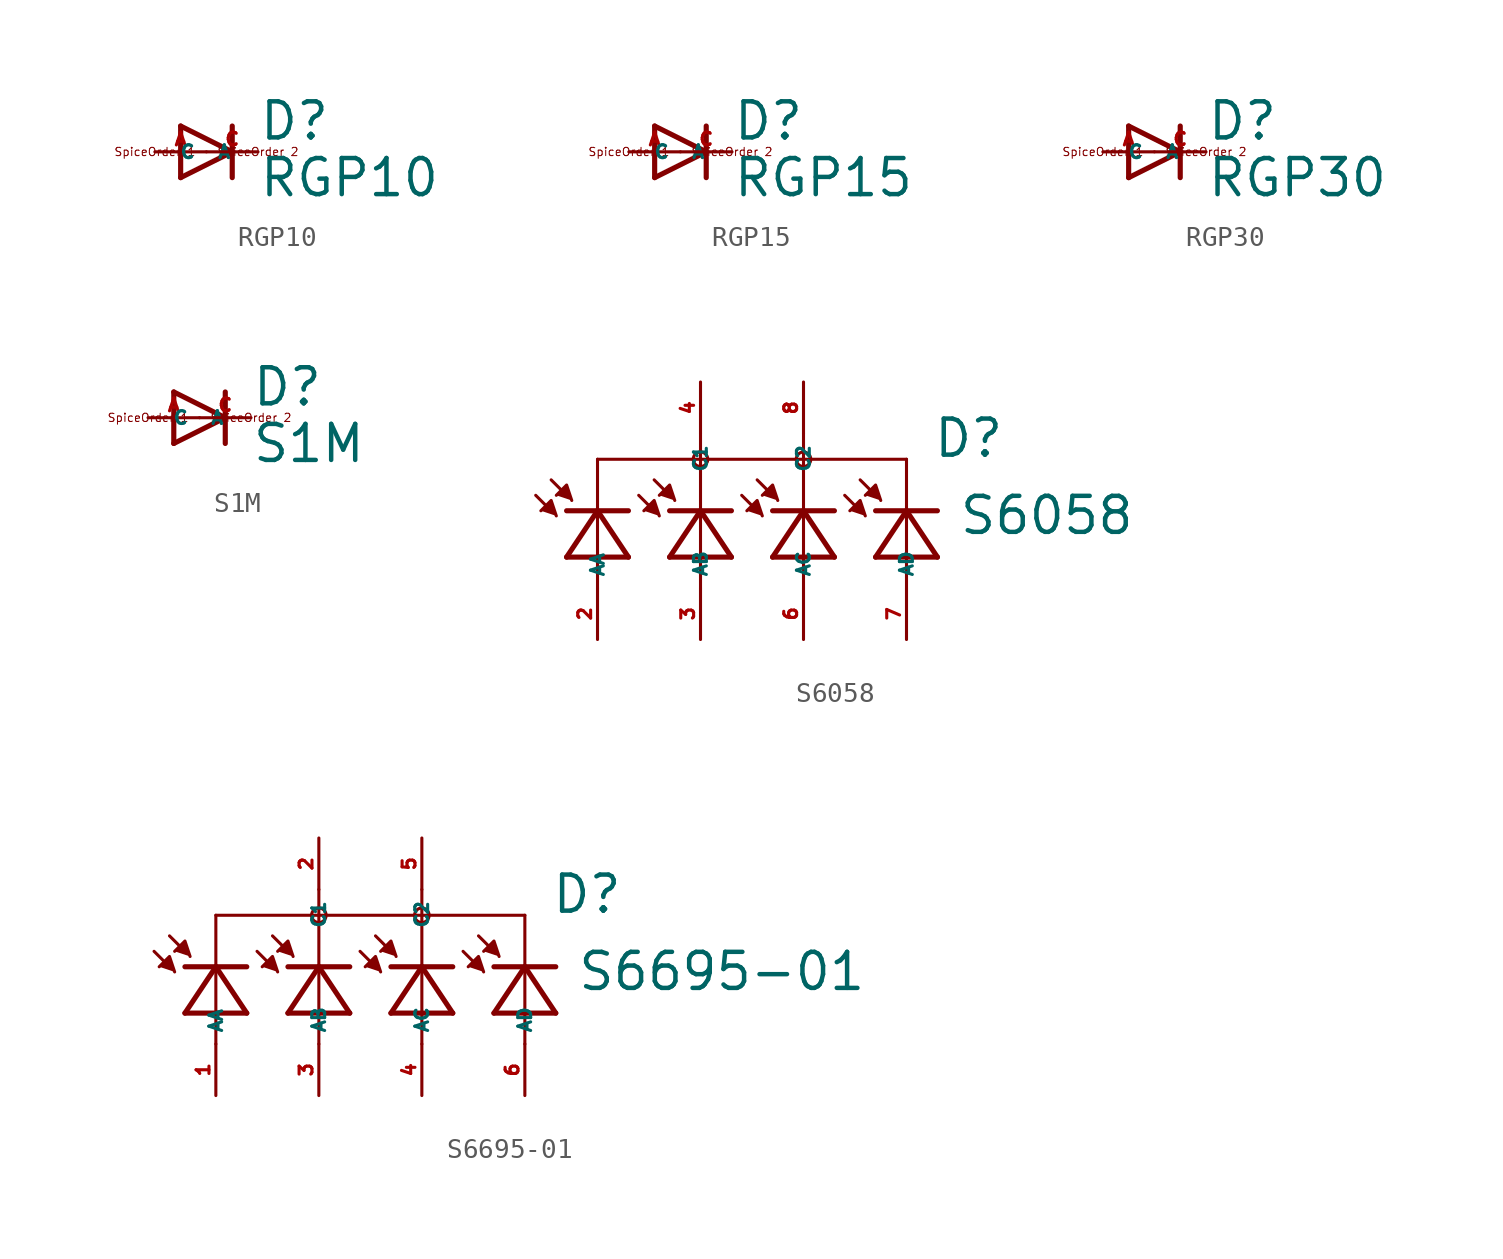
<source format=kicad_sym>
(kicad_symbol_lib
  (version 20220914)
  (generator Eagle2Kicad)
  (symbol "RGP10"
    (property "Reference" "D"
      (at 2.54 0.483 0)
      (effects (font (size 1.778 1.778) (thickness 0.22)) (justify left bottom)))
    (property "Value" "RGP10"
      (at 2.54 -2.311 0)
      (effects (font (size 1.778 1.778) (thickness 0.22)) (justify left bottom)))
    (polyline
      (pts (xy -1.27 -1.27) (xy 1.27 0))
      (stroke (width 0.254) (type default))
      (fill (type none)))
    (polyline
      (pts (xy 1.27 0) (xy -1.27 1.27))
      (stroke (width 0.254) (type default))
      (fill (type none)))
    (polyline
      (pts (xy 1.27 1.27) (xy 1.27 0))
      (stroke (width 0.254) (type default))
      (fill (type none)))
    (polyline
      (pts (xy -1.27 1.27) (xy -1.27 -1.27))
      (stroke (width 0.254) (type default))
      (fill (type none)))
    (polyline
      (pts (xy 1.27 0) (xy 1.27 -1.27))
      (stroke (width 0.254) (type default))
      (fill (type none)))
    (text "SpiceOrder 1"
      (at -2.54 0 0)
      (effects (font (size 0.406 0.406) (thickness 0.05))))
    (text "SpiceOrder 2"
      (at 2.54 0 0)
      (effects (font (size 0.406 0.406) (thickness 0.05))))
    (pin passive line
      (at -2.54 0 0)
      (length 2.54)
      (name "A" (effects (font (size 0.635 0.635) (thickness 0.08)) (justify left bottom)))
      (number "A" (effects (font (size 0.635 0.635) (thickness 0.08)) (justify left bottom))))
    (pin passive line
      (at 2.54 0 180)
      (length 2.54)
      (name "C" (effects (font (size 0.635 0.635) (thickness 0.08)) (justify left bottom)))
      (number "C" (effects (font (size 0.635 0.635) (thickness 0.08)) (justify left bottom)))))
  (symbol "RGP15"
    (property "Reference" "D"
      (at 2.54 0.483 0)
      (effects (font (size 1.778 1.778) (thickness 0.22)) (justify left bottom)))
    (property "Value" "RGP15"
      (at 2.54 -2.311 0)
      (effects (font (size 1.778 1.778) (thickness 0.22)) (justify left bottom)))
    (polyline
      (pts (xy -1.27 -1.27) (xy 1.27 0))
      (stroke (width 0.254) (type default))
      (fill (type none)))
    (polyline
      (pts (xy 1.27 0) (xy -1.27 1.27))
      (stroke (width 0.254) (type default))
      (fill (type none)))
    (polyline
      (pts (xy 1.27 1.27) (xy 1.27 0))
      (stroke (width 0.254) (type default))
      (fill (type none)))
    (polyline
      (pts (xy -1.27 1.27) (xy -1.27 -1.27))
      (stroke (width 0.254) (type default))
      (fill (type none)))
    (polyline
      (pts (xy 1.27 0) (xy 1.27 -1.27))
      (stroke (width 0.254) (type default))
      (fill (type none)))
    (text "SpiceOrder 1"
      (at -2.54 0 0)
      (effects (font (size 0.406 0.406) (thickness 0.05))))
    (text "SpiceOrder 2"
      (at 2.54 0 0)
      (effects (font (size 0.406 0.406) (thickness 0.05))))
    (pin passive line
      (at -2.54 0 0)
      (length 2.54)
      (name "A" (effects (font (size 0.635 0.635) (thickness 0.08)) (justify left bottom)))
      (number "A" (effects (font (size 0.635 0.635) (thickness 0.08)) (justify left bottom))))
    (pin passive line
      (at 2.54 0 180)
      (length 2.54)
      (name "C" (effects (font (size 0.635 0.635) (thickness 0.08)) (justify left bottom)))
      (number "C" (effects (font (size 0.635 0.635) (thickness 0.08)) (justify left bottom)))))
  (symbol "RGP30"
    (property "Reference" "D"
      (at 2.54 0.483 0)
      (effects (font (size 1.778 1.778) (thickness 0.22)) (justify left bottom)))
    (property "Value" "RGP30"
      (at 2.54 -2.311 0)
      (effects (font (size 1.778 1.778) (thickness 0.22)) (justify left bottom)))
    (polyline
      (pts (xy -1.27 -1.27) (xy 1.27 0))
      (stroke (width 0.254) (type default))
      (fill (type none)))
    (polyline
      (pts (xy 1.27 0) (xy -1.27 1.27))
      (stroke (width 0.254) (type default))
      (fill (type none)))
    (polyline
      (pts (xy 1.27 1.27) (xy 1.27 0))
      (stroke (width 0.254) (type default))
      (fill (type none)))
    (polyline
      (pts (xy -1.27 1.27) (xy -1.27 -1.27))
      (stroke (width 0.254) (type default))
      (fill (type none)))
    (polyline
      (pts (xy 1.27 0) (xy 1.27 -1.27))
      (stroke (width 0.254) (type default))
      (fill (type none)))
    (text "SpiceOrder 1"
      (at -2.54 0 0)
      (effects (font (size 0.406 0.406) (thickness 0.05))))
    (text "SpiceOrder 2"
      (at 2.54 0 0)
      (effects (font (size 0.406 0.406) (thickness 0.05))))
    (pin passive line
      (at -2.54 0 0)
      (length 2.54)
      (name "A" (effects (font (size 0.635 0.635) (thickness 0.08)) (justify left bottom)))
      (number "A" (effects (font (size 0.635 0.635) (thickness 0.08)) (justify left bottom))))
    (pin passive line
      (at 2.54 0 180)
      (length 2.54)
      (name "C" (effects (font (size 0.635 0.635) (thickness 0.08)) (justify left bottom)))
      (number "C" (effects (font (size 0.635 0.635) (thickness 0.08)) (justify left bottom)))))
  (symbol "S1M"
    (property "Reference" "D"
      (at 2.54 0.483 0)
      (effects (font (size 1.778 1.778) (thickness 0.22)) (justify left bottom)))
    (property "Value" "S1M"
      (at 2.54 -2.311 0)
      (effects (font (size 1.778 1.778) (thickness 0.22)) (justify left bottom)))
    (polyline
      (pts (xy -1.27 -1.27) (xy 1.27 0))
      (stroke (width 0.254) (type default))
      (fill (type none)))
    (polyline
      (pts (xy 1.27 0) (xy -1.27 1.27))
      (stroke (width 0.254) (type default))
      (fill (type none)))
    (polyline
      (pts (xy 1.27 1.27) (xy 1.27 0))
      (stroke (width 0.254) (type default))
      (fill (type none)))
    (polyline
      (pts (xy -1.27 1.27) (xy -1.27 -1.27))
      (stroke (width 0.254) (type default))
      (fill (type none)))
    (polyline
      (pts (xy 1.27 0) (xy 1.27 -1.27))
      (stroke (width 0.254) (type default))
      (fill (type none)))
    (text "SpiceOrder 1"
      (at -2.54 0 0)
      (effects (font (size 0.406 0.406) (thickness 0.05))))
    (text "SpiceOrder 2"
      (at 2.54 0 0)
      (effects (font (size 0.406 0.406) (thickness 0.05))))
    (pin passive line
      (at -2.54 0 0)
      (length 2.54)
      (name "A" (effects (font (size 0.635 0.635) (thickness 0.08)) (justify left bottom)))
      (number "A" (effects (font (size 0.635 0.635) (thickness 0.08)) (justify left bottom))))
    (pin passive line
      (at 2.54 0 180)
      (length 2.54)
      (name "C" (effects (font (size 0.635 0.635) (thickness 0.08)) (justify left bottom)))
      (number "C" (effects (font (size 0.635 0.635) (thickness 0.08)) (justify left bottom)))))
  (symbol "S6058"
    (property "Reference" "D"
      (at 8.89 1.27 0)
      (effects (font (size 1.778 1.778) (thickness 0.22)) (justify left bottom)))
    (property "Value" "S6058"
      (at 10.16 -2.54 0)
      (effects (font (size 1.778 1.778) (thickness 0.22)) (justify left bottom)))
    (polyline
      (pts (xy -10.414 -1.27) (xy -9.906 -0.762) (xy -9.652 -1.524))
      (stroke (width 0.152) (type default))
      (fill (type outline)))
    (polyline
      (pts (xy -9.652 -0.508) (xy -9.144 0) (xy -8.89 -0.762))
      (stroke (width 0.152) (type default))
      (fill (type outline)))
    (polyline
      (pts (xy -5.334 -1.27) (xy -4.826 -0.762) (xy -4.572 -1.524))
      (stroke (width 0.152) (type default))
      (fill (type outline)))
    (polyline
      (pts (xy -4.572 -0.508) (xy -4.064 0) (xy -3.81 -0.762))
      (stroke (width 0.152) (type default))
      (fill (type outline)))
    (polyline
      (pts (xy -0.254 -1.27) (xy 0.254 -0.762) (xy 0.508 -1.524))
      (stroke (width 0.152) (type default))
      (fill (type outline)))
    (polyline
      (pts (xy 0.508 -0.508) (xy 1.016 0) (xy 1.27 -0.762))
      (stroke (width 0.152) (type default))
      (fill (type outline)))
    (polyline
      (pts (xy 4.826 -1.27) (xy 5.334 -0.762) (xy 5.588 -1.524))
      (stroke (width 0.152) (type default))
      (fill (type outline)))
    (polyline
      (pts (xy 5.588 -0.508) (xy 6.096 0) (xy 6.35 -0.762))
      (stroke (width 0.152) (type default))
      (fill (type outline)))
    (polyline
      (pts (xy -6.096 -3.556) (xy -7.62 -1.27))
      (stroke (width 0.254) (type default))
      (fill (type none)))
    (polyline
      (pts (xy -7.62 -1.27) (xy -9.144 -3.556))
      (stroke (width 0.254) (type default))
      (fill (type none)))
    (polyline
      (pts (xy -9.144 -3.556) (xy -6.096 -3.556))
      (stroke (width 0.254) (type default))
      (fill (type none)))
    (polyline
      (pts (xy -9.144 -1.27) (xy -7.62 -1.27))
      (stroke (width 0.254) (type default))
      (fill (type none)))
    (polyline
      (pts (xy -7.62 -1.27) (xy -6.096 -1.27))
      (stroke (width 0.254) (type default))
      (fill (type none)))
    (polyline
      (pts (xy -9.906 -1.27) (xy -10.668 -0.508))
      (stroke (width 0.152) (type default))
      (fill (type none)))
    (polyline
      (pts (xy -9.144 -0.508) (xy -9.906 0.254))
      (stroke (width 0.152) (type default))
      (fill (type none)))
    (polyline
      (pts (xy -1.016 -3.556) (xy -2.54 -1.27))
      (stroke (width 0.254) (type default))
      (fill (type none)))
    (polyline
      (pts (xy -2.54 -1.27) (xy -4.064 -3.556))
      (stroke (width 0.254) (type default))
      (fill (type none)))
    (polyline
      (pts (xy -4.064 -3.556) (xy -1.016 -3.556))
      (stroke (width 0.254) (type default))
      (fill (type none)))
    (polyline
      (pts (xy -4.064 -1.27) (xy -2.54 -1.27))
      (stroke (width 0.254) (type default))
      (fill (type none)))
    (polyline
      (pts (xy -2.54 -1.27) (xy -1.016 -1.27))
      (stroke (width 0.254) (type default))
      (fill (type none)))
    (polyline
      (pts (xy -4.826 -1.27) (xy -5.588 -0.508))
      (stroke (width 0.152) (type default))
      (fill (type none)))
    (polyline
      (pts (xy -4.064 -0.508) (xy -4.826 0.254))
      (stroke (width 0.152) (type default))
      (fill (type none)))
    (polyline
      (pts (xy 4.064 -3.556) (xy 2.54 -1.27))
      (stroke (width 0.254) (type default))
      (fill (type none)))
    (polyline
      (pts (xy 2.54 -1.27) (xy 1.016 -3.556))
      (stroke (width 0.254) (type default))
      (fill (type none)))
    (polyline
      (pts (xy 1.016 -3.556) (xy 4.064 -3.556))
      (stroke (width 0.254) (type default))
      (fill (type none)))
    (polyline
      (pts (xy 1.016 -1.27) (xy 2.54 -1.27))
      (stroke (width 0.254) (type default))
      (fill (type none)))
    (polyline
      (pts (xy 2.54 -1.27) (xy 4.064 -1.27))
      (stroke (width 0.254) (type default))
      (fill (type none)))
    (polyline
      (pts (xy 0.254 -1.27) (xy -0.508 -0.508))
      (stroke (width 0.152) (type default))
      (fill (type none)))
    (polyline
      (pts (xy 1.016 -0.508) (xy 0.254 0.254))
      (stroke (width 0.152) (type default))
      (fill (type none)))
    (polyline
      (pts (xy 9.144 -3.556) (xy 7.62 -1.27))
      (stroke (width 0.254) (type default))
      (fill (type none)))
    (polyline
      (pts (xy 7.62 -1.27) (xy 6.096 -3.556))
      (stroke (width 0.254) (type default))
      (fill (type none)))
    (polyline
      (pts (xy 6.096 -3.556) (xy 9.144 -3.556))
      (stroke (width 0.254) (type default))
      (fill (type none)))
    (polyline
      (pts (xy 6.096 -1.27) (xy 7.62 -1.27))
      (stroke (width 0.254) (type default))
      (fill (type none)))
    (polyline
      (pts (xy 7.62 -1.27) (xy 9.144 -1.27))
      (stroke (width 0.254) (type default))
      (fill (type none)))
    (polyline
      (pts (xy 5.334 -1.27) (xy 4.572 -0.508))
      (stroke (width 0.152) (type default))
      (fill (type none)))
    (polyline
      (pts (xy 6.096 -0.508) (xy 5.334 0.254))
      (stroke (width 0.152) (type default))
      (fill (type none)))
    (polyline
      (pts (xy -7.62 -5.08) (xy -7.62 1.27))
      (stroke (width 0.152) (type default))
      (fill (type none)))
    (polyline
      (pts (xy -7.62 1.27) (xy -2.54 1.27))
      (stroke (width 0.152) (type default))
      (fill (type none)))
    (polyline
      (pts (xy -2.54 1.27) (xy 2.54 1.27))
      (stroke (width 0.152) (type default))
      (fill (type none)))
    (polyline
      (pts (xy 2.54 1.27) (xy 7.62 1.27))
      (stroke (width 0.152) (type default))
      (fill (type none)))
    (polyline
      (pts (xy 7.62 1.27) (xy 7.62 -5.08))
      (stroke (width 0.152) (type default))
      (fill (type none)))
    (polyline
      (pts (xy 2.54 -5.08) (xy 2.54 1.27))
      (stroke (width 0.152) (type default))
      (fill (type none)))
    (polyline
      (pts (xy -2.54 -5.08) (xy -2.54 1.27))
      (stroke (width 0.152) (type default))
      (fill (type none)))
    (polyline
      (pts (xy -2.54 1.27) (xy -2.54 2.54))
      (stroke (width 0.152) (type default))
      (fill (type none)))
    (polyline
      (pts (xy 2.54 1.27) (xy 2.54 2.54))
      (stroke (width 0.152) (type default))
      (fill (type none)))
    (circle
      (center -2.54 1.27)
      (radius 0.359)
      (stroke (width 0) (type default))
      (fill (type none)))
    (circle
      (center 2.54 1.27)
      (radius 0.359)
      (stroke (width 0) (type default))
      (fill (type none)))
    (pin passive line
      (at -7.62 -7.62 90)
      (length 2.54)
      (name "AA" (effects (font (size 0.635 0.635) (thickness 0.08)) (justify left bottom)))
      (number "2" (effects (font (size 0.635 0.635) (thickness 0.08)) (justify left bottom))))
    (pin passive line
      (at -2.54 -7.62 90)
      (length 2.54)
      (name "AB" (effects (font (size 0.635 0.635) (thickness 0.08)) (justify left bottom)))
      (number "3" (effects (font (size 0.635 0.635) (thickness 0.08)) (justify left bottom))))
    (pin passive line
      (at -2.54 5.08 270)
      (length 2.54)
      (name "C1" (effects (font (size 0.635 0.635) (thickness 0.08)) (justify left bottom)))
      (number "4" (effects (font (size 0.635 0.635) (thickness 0.08)) (justify left bottom))))
    (pin passive line
      (at 2.54 -7.62 90)
      (length 2.54)
      (name "AC" (effects (font (size 0.635 0.635) (thickness 0.08)) (justify left bottom)))
      (number "6" (effects (font (size 0.635 0.635) (thickness 0.08)) (justify left bottom))))
    (pin passive line
      (at 2.54 5.08 270)
      (length 2.54)
      (name "C2" (effects (font (size 0.635 0.635) (thickness 0.08)) (justify left bottom)))
      (number "8" (effects (font (size 0.635 0.635) (thickness 0.08)) (justify left bottom))))
    (pin passive line
      (at 7.62 -7.62 90)
      (length 2.54)
      (name "AD" (effects (font (size 0.635 0.635) (thickness 0.08)) (justify left bottom)))
      (number "7" (effects (font (size 0.635 0.635) (thickness 0.08)) (justify left bottom)))))
  (symbol "S6695-01"
    (property "Reference" "D"
      (at 8.89 1.27 0)
      (effects (font (size 1.778 1.778) (thickness 0.22)) (justify left bottom)))
    (property "Value" "S6695-01"
      (at 10.16 -2.54 0)
      (effects (font (size 1.778 1.778) (thickness 0.22)) (justify left bottom)))
    (polyline
      (pts (xy -10.414 -1.27) (xy -9.906 -0.762) (xy -9.652 -1.524))
      (stroke (width 0.152) (type default))
      (fill (type outline)))
    (polyline
      (pts (xy -9.652 -0.508) (xy -9.144 0) (xy -8.89 -0.762))
      (stroke (width 0.152) (type default))
      (fill (type outline)))
    (polyline
      (pts (xy -5.334 -1.27) (xy -4.826 -0.762) (xy -4.572 -1.524))
      (stroke (width 0.152) (type default))
      (fill (type outline)))
    (polyline
      (pts (xy -4.572 -0.508) (xy -4.064 0) (xy -3.81 -0.762))
      (stroke (width 0.152) (type default))
      (fill (type outline)))
    (polyline
      (pts (xy -0.254 -1.27) (xy 0.254 -0.762) (xy 0.508 -1.524))
      (stroke (width 0.152) (type default))
      (fill (type outline)))
    (polyline
      (pts (xy 0.508 -0.508) (xy 1.016 0) (xy 1.27 -0.762))
      (stroke (width 0.152) (type default))
      (fill (type outline)))
    (polyline
      (pts (xy 4.826 -1.27) (xy 5.334 -0.762) (xy 5.588 -1.524))
      (stroke (width 0.152) (type default))
      (fill (type outline)))
    (polyline
      (pts (xy 5.588 -0.508) (xy 6.096 0) (xy 6.35 -0.762))
      (stroke (width 0.152) (type default))
      (fill (type outline)))
    (polyline
      (pts (xy -6.096 -3.556) (xy -7.62 -1.27))
      (stroke (width 0.254) (type default))
      (fill (type none)))
    (polyline
      (pts (xy -7.62 -1.27) (xy -9.144 -3.556))
      (stroke (width 0.254) (type default))
      (fill (type none)))
    (polyline
      (pts (xy -9.144 -3.556) (xy -6.096 -3.556))
      (stroke (width 0.254) (type default))
      (fill (type none)))
    (polyline
      (pts (xy -9.144 -1.27) (xy -7.62 -1.27))
      (stroke (width 0.254) (type default))
      (fill (type none)))
    (polyline
      (pts (xy -7.62 -1.27) (xy -6.096 -1.27))
      (stroke (width 0.254) (type default))
      (fill (type none)))
    (polyline
      (pts (xy -9.906 -1.27) (xy -10.668 -0.508))
      (stroke (width 0.152) (type default))
      (fill (type none)))
    (polyline
      (pts (xy -9.144 -0.508) (xy -9.906 0.254))
      (stroke (width 0.152) (type default))
      (fill (type none)))
    (polyline
      (pts (xy -1.016 -3.556) (xy -2.54 -1.27))
      (stroke (width 0.254) (type default))
      (fill (type none)))
    (polyline
      (pts (xy -2.54 -1.27) (xy -4.064 -3.556))
      (stroke (width 0.254) (type default))
      (fill (type none)))
    (polyline
      (pts (xy -4.064 -3.556) (xy -1.016 -3.556))
      (stroke (width 0.254) (type default))
      (fill (type none)))
    (polyline
      (pts (xy -4.064 -1.27) (xy -2.54 -1.27))
      (stroke (width 0.254) (type default))
      (fill (type none)))
    (polyline
      (pts (xy -2.54 -1.27) (xy -1.016 -1.27))
      (stroke (width 0.254) (type default))
      (fill (type none)))
    (polyline
      (pts (xy -4.826 -1.27) (xy -5.588 -0.508))
      (stroke (width 0.152) (type default))
      (fill (type none)))
    (polyline
      (pts (xy -4.064 -0.508) (xy -4.826 0.254))
      (stroke (width 0.152) (type default))
      (fill (type none)))
    (polyline
      (pts (xy 4.064 -3.556) (xy 2.54 -1.27))
      (stroke (width 0.254) (type default))
      (fill (type none)))
    (polyline
      (pts (xy 2.54 -1.27) (xy 1.016 -3.556))
      (stroke (width 0.254) (type default))
      (fill (type none)))
    (polyline
      (pts (xy 1.016 -3.556) (xy 4.064 -3.556))
      (stroke (width 0.254) (type default))
      (fill (type none)))
    (polyline
      (pts (xy 1.016 -1.27) (xy 2.54 -1.27))
      (stroke (width 0.254) (type default))
      (fill (type none)))
    (polyline
      (pts (xy 2.54 -1.27) (xy 4.064 -1.27))
      (stroke (width 0.254) (type default))
      (fill (type none)))
    (polyline
      (pts (xy 0.254 -1.27) (xy -0.508 -0.508))
      (stroke (width 0.152) (type default))
      (fill (type none)))
    (polyline
      (pts (xy 1.016 -0.508) (xy 0.254 0.254))
      (stroke (width 0.152) (type default))
      (fill (type none)))
    (polyline
      (pts (xy 9.144 -3.556) (xy 7.62 -1.27))
      (stroke (width 0.254) (type default))
      (fill (type none)))
    (polyline
      (pts (xy 7.62 -1.27) (xy 6.096 -3.556))
      (stroke (width 0.254) (type default))
      (fill (type none)))
    (polyline
      (pts (xy 6.096 -3.556) (xy 9.144 -3.556))
      (stroke (width 0.254) (type default))
      (fill (type none)))
    (polyline
      (pts (xy 6.096 -1.27) (xy 7.62 -1.27))
      (stroke (width 0.254) (type default))
      (fill (type none)))
    (polyline
      (pts (xy 7.62 -1.27) (xy 9.144 -1.27))
      (stroke (width 0.254) (type default))
      (fill (type none)))
    (polyline
      (pts (xy 5.334 -1.27) (xy 4.572 -0.508))
      (stroke (width 0.152) (type default))
      (fill (type none)))
    (polyline
      (pts (xy 6.096 -0.508) (xy 5.334 0.254))
      (stroke (width 0.152) (type default))
      (fill (type none)))
    (polyline
      (pts (xy -7.62 -5.08) (xy -7.62 1.27))
      (stroke (width 0.152) (type default))
      (fill (type none)))
    (polyline
      (pts (xy -7.62 1.27) (xy -2.54 1.27))
      (stroke (width 0.152) (type default))
      (fill (type none)))
    (polyline
      (pts (xy -2.54 1.27) (xy 2.54 1.27))
      (stroke (width 0.152) (type default))
      (fill (type none)))
    (polyline
      (pts (xy 2.54 1.27) (xy 7.62 1.27))
      (stroke (width 0.152) (type default))
      (fill (type none)))
    (polyline
      (pts (xy 7.62 1.27) (xy 7.62 -5.08))
      (stroke (width 0.152) (type default))
      (fill (type none)))
    (polyline
      (pts (xy 2.54 -5.08) (xy 2.54 1.27))
      (stroke (width 0.152) (type default))
      (fill (type none)))
    (polyline
      (pts (xy -2.54 -5.08) (xy -2.54 1.27))
      (stroke (width 0.152) (type default))
      (fill (type none)))
    (polyline
      (pts (xy -2.54 1.27) (xy -2.54 2.54))
      (stroke (width 0.152) (type default))
      (fill (type none)))
    (polyline
      (pts (xy 2.54 1.27) (xy 2.54 2.54))
      (stroke (width 0.152) (type default))
      (fill (type none)))
    (circle
      (center -2.54 1.27)
      (radius 0.359)
      (stroke (width 0) (type default))
      (fill (type none)))
    (circle
      (center 2.54 1.27)
      (radius 0.359)
      (stroke (width 0) (type default))
      (fill (type none)))
    (pin passive line
      (at -7.62 -7.62 90)
      (length 2.54)
      (name "AA" (effects (font (size 0.635 0.635) (thickness 0.08)) (justify left bottom)))
      (number "1" (effects (font (size 0.635 0.635) (thickness 0.08)) (justify left bottom))))
    (pin passive line
      (at -2.54 -7.62 90)
      (length 2.54)
      (name "AB" (effects (font (size 0.635 0.635) (thickness 0.08)) (justify left bottom)))
      (number "3" (effects (font (size 0.635 0.635) (thickness 0.08)) (justify left bottom))))
    (pin passive line
      (at -2.54 5.08 270)
      (length 2.54)
      (name "C1" (effects (font (size 0.635 0.635) (thickness 0.08)) (justify left bottom)))
      (number "2" (effects (font (size 0.635 0.635) (thickness 0.08)) (justify left bottom))))
    (pin passive line
      (at 2.54 -7.62 90)
      (length 2.54)
      (name "AC" (effects (font (size 0.635 0.635) (thickness 0.08)) (justify left bottom)))
      (number "4" (effects (font (size 0.635 0.635) (thickness 0.08)) (justify left bottom))))
    (pin passive line
      (at 2.54 5.08 270)
      (length 2.54)
      (name "C2" (effects (font (size 0.635 0.635) (thickness 0.08)) (justify left bottom)))
      (number "5" (effects (font (size 0.635 0.635) (thickness 0.08)) (justify left bottom))))
    (pin passive line
      (at 7.62 -7.62 90)
      (length 2.54)
      (name "AD" (effects (font (size 0.635 0.635) (thickness 0.08)) (justify left bottom)))
      (number "6" (effects (font (size 0.635 0.635) (thickness 0.08)) (justify left bottom))))))
</source>
